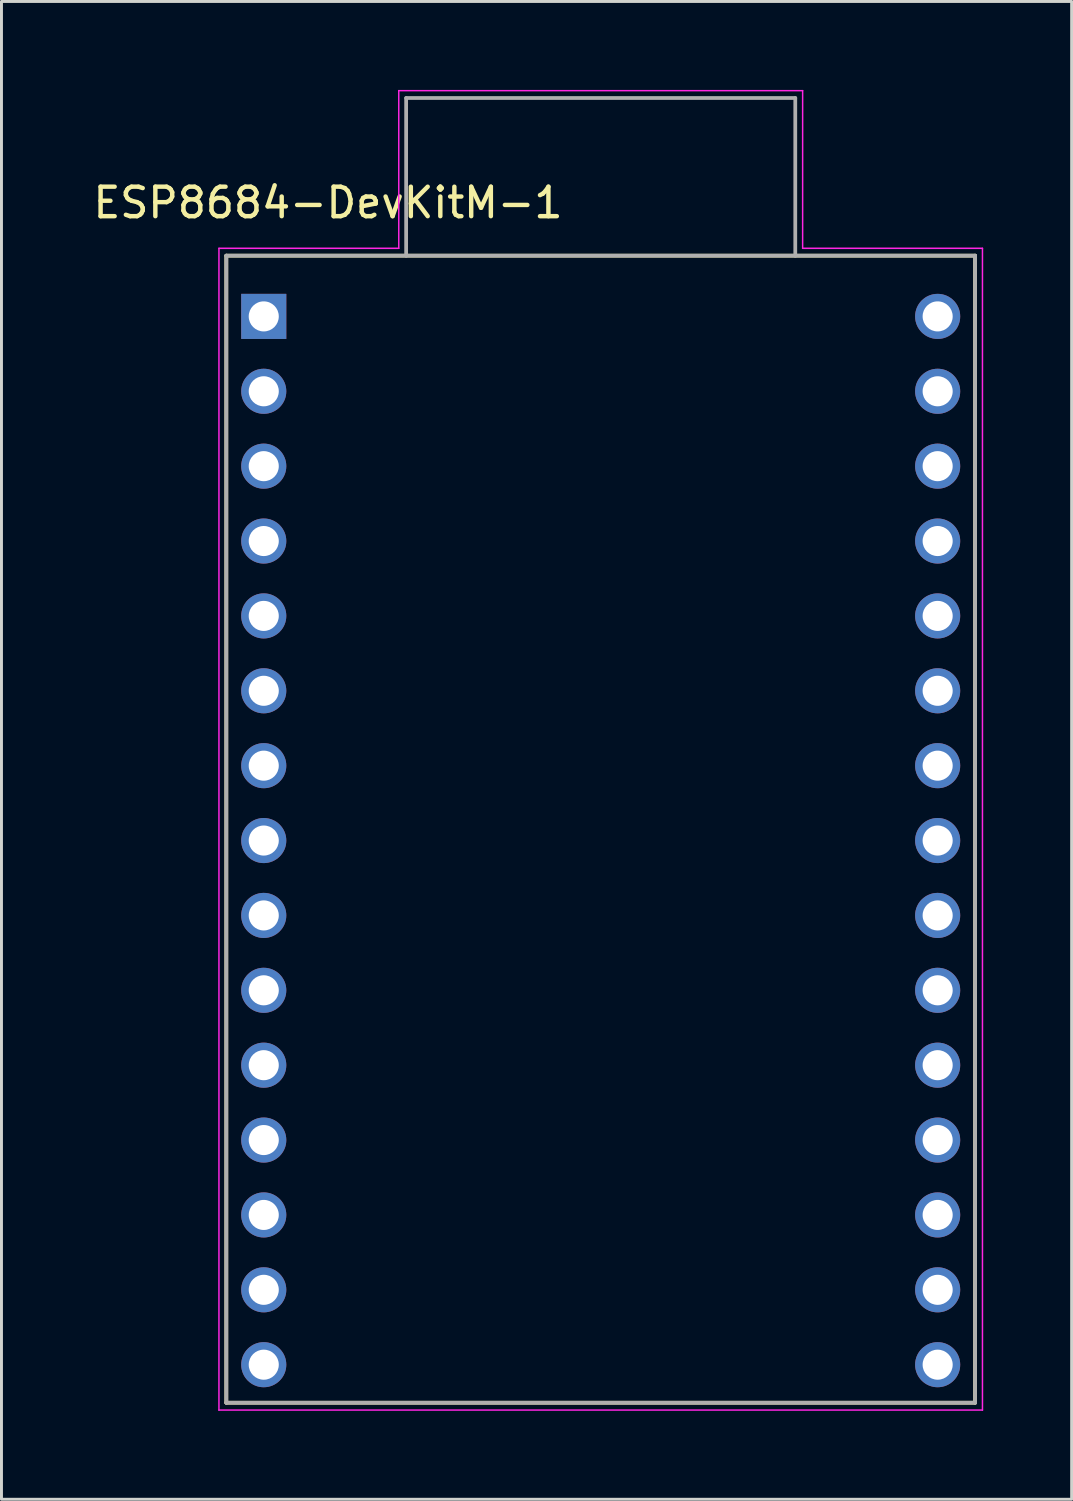
<source format=kicad_pcb>
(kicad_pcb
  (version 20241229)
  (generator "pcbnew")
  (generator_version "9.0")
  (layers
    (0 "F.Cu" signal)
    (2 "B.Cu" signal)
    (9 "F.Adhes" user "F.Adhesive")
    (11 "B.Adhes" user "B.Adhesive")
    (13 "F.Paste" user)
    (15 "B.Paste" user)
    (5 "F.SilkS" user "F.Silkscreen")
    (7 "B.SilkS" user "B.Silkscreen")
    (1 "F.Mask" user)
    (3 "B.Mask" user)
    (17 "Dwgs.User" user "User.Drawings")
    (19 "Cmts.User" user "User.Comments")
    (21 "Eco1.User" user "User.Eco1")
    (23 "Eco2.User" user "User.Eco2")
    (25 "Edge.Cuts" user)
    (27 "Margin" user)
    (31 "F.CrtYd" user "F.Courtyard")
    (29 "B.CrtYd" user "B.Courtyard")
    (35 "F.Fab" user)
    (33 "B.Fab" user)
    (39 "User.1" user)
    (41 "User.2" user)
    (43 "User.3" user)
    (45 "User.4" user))
  (footprint "ESP8684-DevKitM-1"
    (layer "F.Cu")
    (at 17.327 25.078)
    (property "Reference" "ESP8684-DevKitM-1" (at -9.25 -21.25 0) (layer "F.SilkS") (effects (font (size 1 1) (thickness 0.15))))
    (attr through_hole)
    (fp_line (start -12.7 -19.455) (end 12.7 -19.455) (stroke (width 0.127) (type solid)) (layer "F.SilkS"))
    (fp_line (start -12.7 19.455) (end -12.7 -19.455) (stroke (width 0.127) (type solid)) (layer "F.SilkS"))
    (fp_line (start 12.7 -19.455) (end 12.7 19.455) (stroke (width 0.127) (type solid)) (layer "F.SilkS"))
    (fp_line (start 12.7 19.455) (end -12.7 19.455) (stroke (width 0.127) (type solid)) (layer "F.SilkS"))
    (fp_line (start -12.95 -19.705) (end -12.95 19.705) (stroke (width 0.05) (type solid)) (layer "F.CrtYd"))
    (fp_line (start -12.95 19.705) (end 12.95 19.705) (stroke (width 0.05) (type solid)) (layer "F.CrtYd"))
    (fp_line (start -6.85 -25.053) (end -6.85 -19.705) (stroke (width 0.05) (type solid)) (layer "F.CrtYd"))
    (fp_line (start -6.85 -19.705) (end -12.95 -19.705) (stroke (width 0.05) (type solid)) (layer "F.CrtYd"))
    (fp_line (start 6.85 -25.053) (end -6.85 -25.053) (stroke (width 0.05) (type solid)) (layer "F.CrtYd"))
    (fp_line (start 6.85 -19.705) (end 6.85 -25.053) (stroke (width 0.05) (type solid)) (layer "F.CrtYd"))
    (fp_line (start 12.95 -19.705) (end 6.85 -19.705) (stroke (width 0.05) (type solid)) (layer "F.CrtYd"))
    (fp_line (start 12.95 19.705) (end 12.95 -19.705) (stroke (width 0.05) (type solid)) (layer "F.CrtYd"))
    (fp_line (start -12.7 -19.455) (end -6.6 -19.455) (stroke (width 0.127) (type solid)) (layer "F.Fab"))
    (fp_line (start -12.7 19.455) (end -12.7 -19.455) (stroke (width 0.127) (type solid)) (layer "F.Fab"))
    (fp_line (start -6.6 -24.803) (end 6.6 -24.803) (stroke (width 0.127) (type solid)) (layer "F.Fab"))
    (fp_line (start -6.6 -19.455) (end -6.6 -24.803) (stroke (width 0.127) (type solid)) (layer "F.Fab"))
    (fp_line (start -6.6 -19.455) (end 6.6 -19.455) (stroke (width 0.127) (type solid)) (layer "F.Fab"))
    (fp_line (start 6.6 -24.803) (end 6.6 -19.455) (stroke (width 0.127) (type solid)) (layer "F.Fab"))
    (fp_line (start 6.6 -19.455) (end 12.7 -19.455) (stroke (width 0.127) (type solid)) (layer "F.Fab"))
    (fp_line (start 12.7 -19.455) (end 12.7 19.455) (stroke (width 0.127) (type solid)) (layer "F.Fab"))
    (fp_line (start 12.7 19.455) (end -12.7 19.455) (stroke (width 0.127) (type solid)) (layer "F.Fab"))
    (pad "1" thru_hole rect (at -11.43 -17.395) (size 1.53 1.53) (drill 1.02) (layers "*.Cu" "*.Mask"))
    (pad "2" thru_hole circle (at -11.43 -14.855) (size 1.53 1.53) (drill 1.02) (layers "*.Cu" "*.Mask"))
    (pad "3" thru_hole circle (at -11.43 -12.315) (size 1.53 1.53) (drill 1.02) (layers "*.Cu" "*.Mask"))
    (pad "4" thru_hole circle (at -11.43 -9.775) (size 1.53 1.53) (drill 1.02) (layers "*.Cu" "*.Mask"))
    (pad "5" thru_hole circle (at -11.43 -7.235) (size 1.53 1.53) (drill 1.02) (layers "*.Cu" "*.Mask"))
    (pad "6" thru_hole circle (at -11.43 -4.695) (size 1.53 1.53) (drill 1.02) (layers "*.Cu" "*.Mask"))
    (pad "7" thru_hole circle (at -11.43 -2.155) (size 1.53 1.53) (drill 1.02) (layers "*.Cu" "*.Mask"))
    (pad "8" thru_hole circle (at -11.43 0.385) (size 1.53 1.53) (drill 1.02) (layers "*.Cu" "*.Mask"))
    (pad "9" thru_hole circle (at -11.43 2.925) (size 1.53 1.53) (drill 1.02) (layers "*.Cu" "*.Mask"))
    (pad "10" thru_hole circle (at -11.43 5.465) (size 1.53 1.53) (drill 1.02) (layers "*.Cu" "*.Mask"))
    (pad "11" thru_hole circle (at -11.43 8.005) (size 1.53 1.53) (drill 1.02) (layers "*.Cu" "*.Mask"))
    (pad "12" thru_hole circle (at -11.43 10.545) (size 1.53 1.53) (drill 1.02) (layers "*.Cu" "*.Mask"))
    (pad "13" thru_hole circle (at -11.43 13.085) (size 1.53 1.53) (drill 1.02) (layers "*.Cu" "*.Mask"))
    (pad "14" thru_hole circle (at -11.43 15.625) (size 1.53 1.53) (drill 1.02) (layers "*.Cu" "*.Mask"))
    (pad "15" thru_hole circle (at -11.43 18.165) (size 1.53 1.53) (drill 1.02) (layers "*.Cu" "*.Mask"))
    (pad "16" thru_hole circle (at 11.43 18.165) (size 1.53 1.53) (drill 1.02) (layers "*.Cu" "*.Mask"))
    (pad "17" thru_hole circle (at 11.43 15.625) (size 1.53 1.53) (drill 1.02) (layers "*.Cu" "*.Mask"))
    (pad "18" thru_hole circle (at 11.43 13.085) (size 1.53 1.53) (drill 1.02) (layers "*.Cu" "*.Mask"))
    (pad "19" thru_hole circle (at 11.43 10.545) (size 1.53 1.53) (drill 1.02) (layers "*.Cu" "*.Mask"))
    (pad "20" thru_hole circle (at 11.43 8.005) (size 1.53 1.53) (drill 1.02) (layers "*.Cu" "*.Mask"))
    (pad "21" thru_hole circle (at 11.43 5.465) (size 1.53 1.53) (drill 1.02) (layers "*.Cu" "*.Mask"))
    (pad "22" thru_hole circle (at 11.43 2.925) (size 1.53 1.53) (drill 1.02) (layers "*.Cu" "*.Mask"))
    (pad "23" thru_hole circle (at 11.43 0.385) (size 1.53 1.53) (drill 1.02) (layers "*.Cu" "*.Mask"))
    (pad "24" thru_hole circle (at 11.43 -2.155) (size 1.53 1.53) (drill 1.02) (layers "*.Cu" "*.Mask"))
    (pad "25" thru_hole circle (at 11.43 -4.695) (size 1.53 1.53) (drill 1.02) (layers "*.Cu" "*.Mask"))
    (pad "26" thru_hole circle (at 11.43 -7.235) (size 1.53 1.53) (drill 1.02) (layers "*.Cu" "*.Mask"))
    (pad "27" thru_hole circle (at 11.43 -9.775) (size 1.53 1.53) (drill 1.02) (layers "*.Cu" "*.Mask"))
    (pad "28" thru_hole circle (at 11.43 -12.315) (size 1.53 1.53) (drill 1.02) (layers "*.Cu" "*.Mask"))
    (pad "29" thru_hole circle (at 11.43 -14.855) (size 1.53 1.53) (drill 1.02) (layers "*.Cu" "*.Mask"))
    (pad "30" thru_hole circle (at 11.43 -17.395) (size 1.53 1.53) (drill 1.02) (layers "*.Cu" "*.Mask")))
  (gr_rect
    (start -3 -3)
    (end 33.302 47.808)
    (stroke (width 0.1) (type default))
    (fill no)
    (layer "Edge.Cuts")))
</source>
